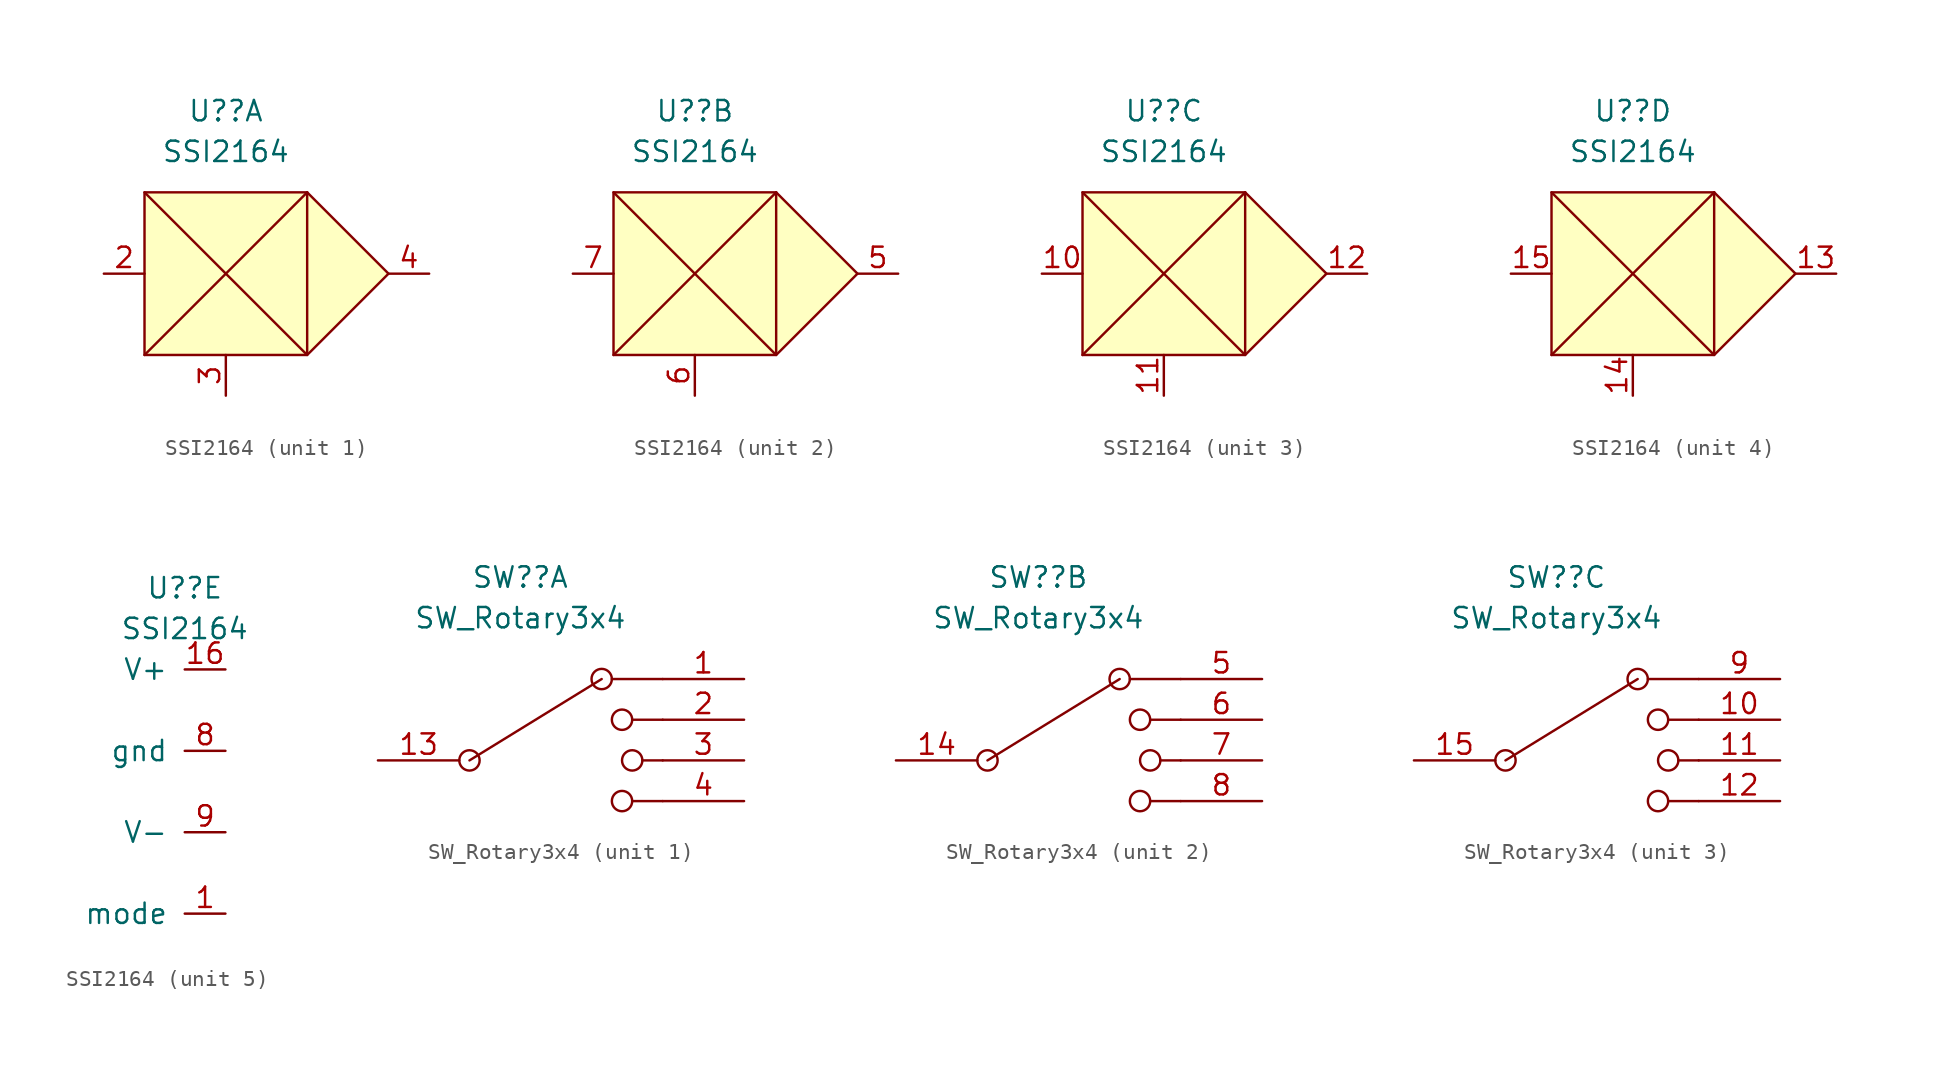
<source format=kicad_sym>
(kicad_symbol_lib
  (version 20211014)
  (generator kicad_symbol_editor)
  (symbol "SSI2164"
    (pin_names
      (offset 1.016))
    (property "Reference" "U?"
      (at 0 10.16 0)
      (effects (font (size 1.27 1.27))))
    (property "Value" "SSI2164"
      (at 0 7.62 0)
      (effects (font (size 1.27 1.27))))
    (property "ki_locked" ""
      (at 0 0 0)
      (effects (font (size 1.27 1.27))))
    (symbol "SSI2164_1_1"
      (rectangle (start -5.08 5.08) (end 5.08 -5.08) (stroke (width 0) (type default) (color 0 0 0 0)) (fill (type background)))
      (polyline (pts (xy 5.08 5.08) (xy -5.08 -5.08)) (stroke (width 0) (type default) (color 0 0 0 0)) (fill (type none)))
      (polyline (pts (xy 5.08 5.08) (xy 10.16 0) (xy 5.08 -5.08) (xy -5.08 5.08)) (stroke (width 0) (type default) (color 0 0 0 0)) (fill (type background)))
      (pin input line (at -7.62 0 0) (length 2.54) (name "~" (effects (font (size 1.27 1.27)))) (number "2" (effects (font (size 1.27 1.27)))))
      (pin input line (at 0 -7.62 90) (length 2.54) (name "~" (effects (font (size 1.27 1.27)))) (number "3" (effects (font (size 1.27 1.27)))))
      (pin output line (at 12.7 0 180) (length 2.54) (name "~" (effects (font (size 1.27 1.27)))) (number "4" (effects (font (size 1.27 1.27))))))
    (symbol "SSI2164_2_1"
      (rectangle (start -5.08 5.08) (end 5.08 -5.08) (stroke (width 0) (type default) (color 0 0 0 0)) (fill (type background)))
      (polyline (pts (xy 5.08 5.08) (xy -5.08 -5.08)) (stroke (width 0) (type default) (color 0 0 0 0)) (fill (type none)))
      (polyline (pts (xy 5.08 5.08) (xy 10.16 0) (xy 5.08 -5.08) (xy -5.08 5.08)) (stroke (width 0) (type default) (color 0 0 0 0)) (fill (type background)))
      (pin output line (at 12.7 0 180) (length 2.54) (name "~" (effects (font (size 1.27 1.27)))) (number "5" (effects (font (size 1.27 1.27)))))
      (pin input line (at 0 -7.62 90) (length 2.54) (name "~" (effects (font (size 1.27 1.27)))) (number "6" (effects (font (size 1.27 1.27)))))
      (pin input line (at -7.62 0 0) (length 2.54) (name "~" (effects (font (size 1.27 1.27)))) (number "7" (effects (font (size 1.27 1.27))))))
    (symbol "SSI2164_3_1"
      (rectangle (start -5.08 5.08) (end 5.08 -5.08) (stroke (width 0) (type default) (color 0 0 0 0)) (fill (type background)))
      (polyline (pts (xy 5.08 5.08) (xy -5.08 -5.08)) (stroke (width 0) (type default) (color 0 0 0 0)) (fill (type none)))
      (polyline (pts (xy 5.08 5.08) (xy 10.16 0) (xy 5.08 -5.08) (xy -5.08 5.08)) (stroke (width 0) (type default) (color 0 0 0 0)) (fill (type background)))
      (pin input line (at -7.62 0 0) (length 2.54) (name "~" (effects (font (size 1.27 1.27)))) (number "10" (effects (font (size 1.27 1.27)))))
      (pin input line (at 0 -7.62 90) (length 2.54) (name "~" (effects (font (size 1.27 1.27)))) (number "11" (effects (font (size 1.27 1.27)))))
      (pin output line (at 12.7 0 180) (length 2.54) (name "~" (effects (font (size 1.27 1.27)))) (number "12" (effects (font (size 1.27 1.27))))))
    (symbol "SSI2164_4_1"
      (rectangle (start -5.08 5.08) (end 5.08 -5.08) (stroke (width 0) (type default) (color 0 0 0 0)) (fill (type background)))
      (polyline (pts (xy 5.08 5.08) (xy -5.08 -5.08)) (stroke (width 0) (type default) (color 0 0 0 0)) (fill (type none)))
      (polyline (pts (xy 5.08 5.08) (xy 10.16 0) (xy 5.08 -5.08) (xy -5.08 5.08)) (stroke (width 0) (type default) (color 0 0 0 0)) (fill (type background)))
      (pin output line (at 12.7 0 180) (length 2.54) (name "~" (effects (font (size 1.27 1.27)))) (number "13" (effects (font (size 1.27 1.27)))))
      (pin input line (at 0 -7.62 90) (length 2.54) (name "~" (effects (font (size 1.27 1.27)))) (number "14" (effects (font (size 1.27 1.27)))))
      (pin input line (at -7.62 0 0) (length 2.54) (name "~" (effects (font (size 1.27 1.27)))) (number "15" (effects (font (size 1.27 1.27))))))
    (symbol "SSI2164_5_1"
      (pin input line (at 2.54 -10.16 180) (length 2.54) (name "mode" (effects (font (size 1.27 1.27)))) (number "1" (effects (font (size 1.27 1.27)))))
      (pin power_in line (at 2.54 5.08 180) (length 2.54) (name "V+" (effects (font (size 1.27 1.27)))) (number "16" (effects (font (size 1.27 1.27)))))
      (pin power_in line (at 2.54 0 180) (length 2.54) (name "gnd" (effects (font (size 1.27 1.27)))) (number "8" (effects (font (size 1.27 1.27)))))
      (pin power_in line (at 2.54 -5.08 180) (length 2.54) (name "V-" (effects (font (size 1.27 1.27)))) (number "9" (effects (font (size 1.27 1.27)))))))
  (symbol "SW_Rotary3x4"
    (pin_names
      (offset 1.016) hide)
    (property "Reference" "SW?"
      (at -1.27 11.43 0)
      (effects (font (size 1.27 1.27))))
    (property "Value" "SW_Rotary3x4"
      (at -1.27 8.89 0)
      (effects (font (size 1.27 1.27))))
    (property "ki_locked" ""
      (at 0 0 0)
      (effects (font (size 1.27 1.27))))
    (symbol "SW_Rotary3x4_0_0"
      (circle (center -4.445 0) (radius 0.635) (stroke (width 0) (type default) (color 0 0 0 0)) (fill (type none)))
      (polyline (pts (xy -4.445 0) (xy 3.81 5.08)) (stroke (width 0) (type default) (color 0 0 0 0)) (fill (type none)))
      (polyline (pts (xy 4.445 5.08) (xy 7.62 5.08)) (stroke (width 0) (type default) (color 0 0 0 0)) (fill (type none)))
      (polyline (pts (xy 5.715 -2.54) (xy 7.62 -2.54)) (stroke (width 0) (type default) (color 0 0 0 0)) (fill (type none)))
      (polyline (pts (xy 5.715 2.54) (xy 7.62 2.54)) (stroke (width 0) (type default) (color 0 0 0 0)) (fill (type none)))
      (polyline (pts (xy 6.35 0) (xy 7.62 0)) (stroke (width 0) (type default) (color 0 0 0 0)) (fill (type none)))
      (circle (center 3.81 5.08) (radius 0.635) (stroke (width 0) (type default) (color 0 0 0 0)) (fill (type none)))
      (circle (center 5.08 -2.54) (radius 0.635) (stroke (width 0) (type default) (color 0 0 0 0)) (fill (type none)))
      (circle (center 5.08 2.54) (radius 0.635) (stroke (width 0) (type default) (color 0 0 0 0)) (fill (type none)))
      (circle (center 5.715 0) (radius 0.635) (stroke (width 0) (type default) (color 0 0 0 0)) (fill (type none))))
    (symbol "SW_Rotary3x4_1_1"
      (pin passive line (at 12.7 5.08 180) (length 5.08) (name "1" (effects (font (size 1.27 1.27)))) (number "1" (effects (font (size 1.27 1.27)))))
      (pin passive line (at -10.16 0 0) (length 5.08) (name "13" (effects (font (size 1.27 1.27)))) (number "13" (effects (font (size 1.27 1.27)))))
      (pin passive line (at 12.7 2.54 180) (length 5.08) (name "2" (effects (font (size 1.27 1.27)))) (number "2" (effects (font (size 1.27 1.27)))))
      (pin passive line (at 12.7 0 180) (length 5.08) (name "3" (effects (font (size 1.27 1.27)))) (number "3" (effects (font (size 1.27 1.27)))))
      (pin passive line (at 12.7 -2.54 180) (length 5.08) (name "4" (effects (font (size 1.27 1.27)))) (number "4" (effects (font (size 1.27 1.27))))))
    (symbol "SW_Rotary3x4_2_1"
      (pin passive line (at -10.16 0 0) (length 5.08) (name "14" (effects (font (size 1.27 1.27)))) (number "14" (effects (font (size 1.27 1.27)))))
      (pin passive line (at 12.7 5.08 180) (length 5.08) (name "5" (effects (font (size 1.27 1.27)))) (number "5" (effects (font (size 1.27 1.27)))))
      (pin passive line (at 12.7 2.54 180) (length 5.08) (name "6" (effects (font (size 1.27 1.27)))) (number "6" (effects (font (size 1.27 1.27)))))
      (pin passive line (at 12.7 0 180) (length 5.08) (name "7" (effects (font (size 1.27 1.27)))) (number "7" (effects (font (size 1.27 1.27)))))
      (pin passive line (at 12.7 -2.54 180) (length 5.08) (name "8" (effects (font (size 1.27 1.27)))) (number "8" (effects (font (size 1.27 1.27))))))
    (symbol "SW_Rotary3x4_3_1"
      (pin passive line (at 12.7 2.54 180) (length 5.08) (name "10" (effects (font (size 1.27 1.27)))) (number "10" (effects (font (size 1.27 1.27)))))
      (pin passive line (at 12.7 0 180) (length 5.08) (name "11" (effects (font (size 1.27 1.27)))) (number "11" (effects (font (size 1.27 1.27)))))
      (pin passive line (at 12.7 -2.54 180) (length 5.08) (name "12" (effects (font (size 1.27 1.27)))) (number "12" (effects (font (size 1.27 1.27)))))
      (pin passive line (at -10.16 0 0) (length 5.08) (name "15" (effects (font (size 1.27 1.27)))) (number "15" (effects (font (size 1.27 1.27)))))
      (pin passive line (at 12.7 5.08 180) (length 5.08) (name "9" (effects (font (size 1.27 1.27)))) (number "9" (effects (font (size 1.27 1.27))))))))
</source>
